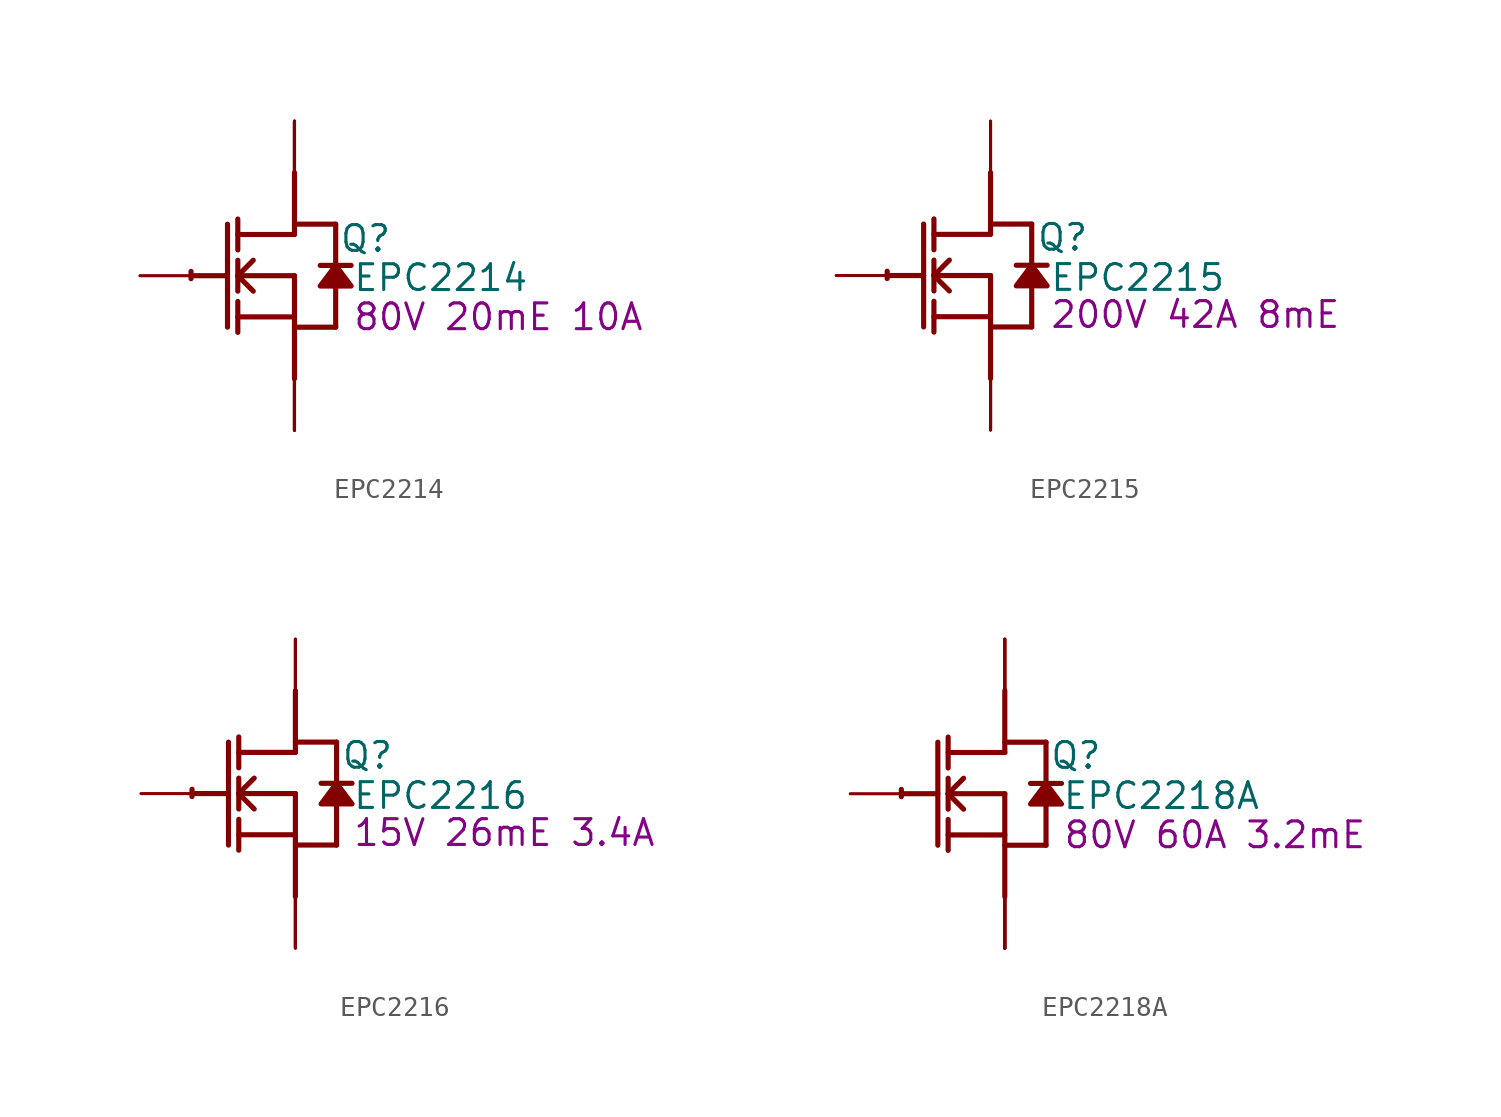
<source format=kicad_sym>
(kicad_symbol_lib
  (version 20220914)
  (generator kicad_symbol_editor)
  (symbol "EPC2214"
    (property "Reference" "Q"
      (at 3.505 1.829 0)
      (effects (font (size 1.27 1.27))))
    (property "Value" "EPC2214"
      (at 7.214 -0.102 0)
      (effects (font (size 1.27 1.27))))
    (property "Description" "80V 20mE 10A"
      (at 10.058 -2.032 0)
      (effects (font (size 1.27 1.27))))
    (symbol "EPC2214_1_0"
      (arc (start -5.0996 0.2128) (mid -5.1039 0.0331) (end -5.1019 -0.1467) (stroke (width 0.254) (type solid)) (fill (type none)))
      (polyline (pts (xy -5.08 0) (xy -3.302 0)) (stroke (width 0.254) (type solid)) (fill (type none)))
      (polyline (pts (xy -3.302 2.54) (xy -3.302 -2.54)) (stroke (width 0.254) (type solid)) (fill (type none)))
      (polyline (pts (xy -2.794 -2.794) (xy -2.794 -1.27)) (stroke (width 0.254) (type solid)) (fill (type none)))
      (polyline (pts (xy -2.794 -2.032) (xy 0 -2.032)) (stroke (width 0.254) (type solid)) (fill (type none)))
      (polyline (pts (xy -2.794 -0.762) (xy -2.794 0.762)) (stroke (width 0.254) (type solid)) (fill (type none)))
      (polyline (pts (xy -2.794 0) (xy -2.032 0.762)) (stroke (width 0.254) (type solid)) (fill (type none)))
      (polyline (pts (xy -2.794 0) (xy 0 0)) (stroke (width 0.254) (type solid)) (fill (type none)))
      (polyline (pts (xy -2.794 1.27) (xy -2.794 2.794)) (stroke (width 0.254) (type solid)) (fill (type none)))
      (polyline (pts (xy -2.032 -0.762) (xy -2.794 0)) (stroke (width 0.254) (type solid)) (fill (type none)))
      (polyline (pts (xy 0 -2.54) (xy 2.032 -2.54)) (stroke (width 0.254) (type solid)) (fill (type none)))
      (polyline (pts (xy 0 0) (xy 0 -5.08)) (stroke (width 0.254) (type solid)) (fill (type none)))
      (polyline (pts (xy 0 2.032) (xy -2.794 2.032)) (stroke (width 0.254) (type solid)) (fill (type none)))
      (polyline (pts (xy 0 2.032) (xy 0 5.08)) (stroke (width 0.254) (type solid)) (fill (type none)))
      (polyline (pts (xy 0 2.54) (xy 2.032 2.54)) (stroke (width 0.254) (type solid)) (fill (type none)))
      (polyline (pts (xy 2.032 -0.508) (xy 2.032 -2.54)) (stroke (width 0.254) (type solid)) (fill (type none)))
      (polyline (pts (xy 2.032 2.54) (xy 2.032 0.508)) (stroke (width 0.254) (type solid)) (fill (type none)))
      (polyline (pts (xy 2.794 0.508) (xy 1.27 0.508)) (stroke (width 0.254) (type solid)) (fill (type none)))
      (polyline (pts (xy 2.032 0.508) (xy 1.27 -0.508) (xy 2.794 -0.508) (xy 2.032 0.508)) (stroke (width 0.254) (type solid)) (fill (type outline)))
      (pin passive line (at -7.62 0 0) (length 2.54) (name "G" (effects (font (size 0 0)))) (number "1" (effects (font (size 0 0)))))
      (pin open_emitter line (at 0 -7.62 90) (length 2.54) (name "S1" (effects (font (size 0 0)))) (number "2" (effects (font (size 0 0)))))
      (pin open_emitter line (at 0 -7.62 90) (length 2.54) (name "S2" (effects (font (size 0 0)))) (number "3" (effects (font (size 0 0)))))
      (pin open_collector line (at 0 7.62 270) (length 2.54) (name "D1" (effects (font (size 0 0)))) (number "4" (effects (font (size 0 0)))))
      (pin open_collector line (at 0 7.62 270) (length 2.54) (name "D2" (effects (font (size 0 0)))) (number "5" (effects (font (size 0 0)))))
      (pin open_collector line (at 0 7.62 270) (length 2.54) (name "D3" (effects (font (size 0 0)))) (number "6" (effects (font (size 0 0)))))
      (pin open_collector line (at 0 7.62 270) (length 2.54) (name "D4" (effects (font (size 0 0)))) (number "7" (effects (font (size 0 0)))))
      (pin open_emitter line (at 0 -7.62 90) (length 2.54) (name "S3" (effects (font (size 0 0)))) (number "8" (effects (font (size 0 0)))))
      (pin open_emitter line (at 0 -7.62 90) (length 2.54) (name "S4" (effects (font (size 0 0)))) (number "9" (effects (font (size 0 0)))))))
  (symbol "EPC2215"
    (property "Reference" "Q"
      (at 3.556 1.88 0)
      (effects (font (size 1.27 1.27))))
    (property "Value" "EPC2215"
      (at 7.264 -0.102 0)
      (effects (font (size 1.27 1.27))))
    (property "Description" "200V 42A 8mE"
      (at 10.109 -1.93 0)
      (effects (font (size 1.27 1.27))))
    (symbol "EPC2215_1_0"
      (arc (start -5.0996 0.2128) (mid -5.1039 0.0331) (end -5.1019 -0.1467) (stroke (width 0.254) (type solid)) (fill (type none)))
      (polyline (pts (xy -5.08 0) (xy -3.302 0)) (stroke (width 0.254) (type solid)) (fill (type none)))
      (polyline (pts (xy -3.302 2.54) (xy -3.302 -2.54)) (stroke (width 0.254) (type solid)) (fill (type none)))
      (polyline (pts (xy -2.794 -2.794) (xy -2.794 -1.27)) (stroke (width 0.254) (type solid)) (fill (type none)))
      (polyline (pts (xy -2.794 -2.032) (xy 0 -2.032)) (stroke (width 0.254) (type solid)) (fill (type none)))
      (polyline (pts (xy -2.794 -0.762) (xy -2.794 0.762)) (stroke (width 0.254) (type solid)) (fill (type none)))
      (polyline (pts (xy -2.794 0) (xy -2.032 0.762)) (stroke (width 0.254) (type solid)) (fill (type none)))
      (polyline (pts (xy -2.794 0) (xy 0 0)) (stroke (width 0.254) (type solid)) (fill (type none)))
      (polyline (pts (xy -2.794 1.27) (xy -2.794 2.794)) (stroke (width 0.254) (type solid)) (fill (type none)))
      (polyline (pts (xy -2.032 -0.762) (xy -2.794 0)) (stroke (width 0.254) (type solid)) (fill (type none)))
      (polyline (pts (xy 0 -2.54) (xy 2.032 -2.54)) (stroke (width 0.254) (type solid)) (fill (type none)))
      (polyline (pts (xy 0 0) (xy 0 -5.08)) (stroke (width 0.254) (type solid)) (fill (type none)))
      (polyline (pts (xy 0 2.032) (xy -2.794 2.032)) (stroke (width 0.254) (type solid)) (fill (type none)))
      (polyline (pts (xy 0 2.032) (xy 0 5.08)) (stroke (width 0.254) (type solid)) (fill (type none)))
      (polyline (pts (xy 0 2.54) (xy 2.032 2.54)) (stroke (width 0.254) (type solid)) (fill (type none)))
      (polyline (pts (xy 2.032 -0.508) (xy 2.032 -2.54)) (stroke (width 0.254) (type solid)) (fill (type none)))
      (polyline (pts (xy 2.032 2.54) (xy 2.032 0.508)) (stroke (width 0.254) (type solid)) (fill (type none)))
      (polyline (pts (xy 2.794 0.508) (xy 1.27 0.508)) (stroke (width 0.254) (type solid)) (fill (type none)))
      (polyline (pts (xy 2.032 0.508) (xy 1.27 -0.508) (xy 2.794 -0.508) (xy 2.032 0.508)) (stroke (width 0.254) (type solid)) (fill (type outline)))
      (pin passive line (at -7.62 0 0) (length 2.54) (name "G" (effects (font (size 0 0)))) (number "1" (effects (font (size 0 0)))))
      (pin passive line (at 0 -7.62 90) (length 2.54) (name "S" (effects (font (size 0 0)))) (number "2" (effects (font (size 0 0)))))
      (pin passive line (at 0 7.62 270) (length 2.54) (name "D" (effects (font (size 0 0)))) (number "3" (effects (font (size 0 0)))))
      (pin passive line (at 0 -7.62 90) (length 2.54) (name "S" (effects (font (size 0 0)))) (number "4" (effects (font (size 0 0)))))
      (pin passive line (at 0 7.62 270) (length 2.54) (name "D" (effects (font (size 0 0)))) (number "5" (effects (font (size 0 0)))))
      (pin passive line (at 0 -7.62 90) (length 2.54) (name "S" (effects (font (size 0 0)))) (number "6" (effects (font (size 0 0)))))))
  (symbol "EPC2216"
    (property "Reference" "Q"
      (at 3.556 1.88 0)
      (effects (font (size 1.27 1.27))))
    (property "Value" "EPC2216"
      (at 7.163 -0.102 0)
      (effects (font (size 1.27 1.27))))
    (property "Description" "15V 26mE 3.4A"
      (at 10.312 -1.93 0)
      (effects (font (size 1.27 1.27))))
    (symbol "EPC2216_1_0"
      (arc (start -5.0996 0.2128) (mid -5.1039 0.0331) (end -5.1019 -0.1467) (stroke (width 0.254) (type solid)) (fill (type none)))
      (polyline (pts (xy -5.08 0) (xy -3.302 0)) (stroke (width 0.254) (type solid)) (fill (type none)))
      (polyline (pts (xy -3.302 2.54) (xy -3.302 -2.54)) (stroke (width 0.254) (type solid)) (fill (type none)))
      (polyline (pts (xy -2.794 -2.794) (xy -2.794 -1.27)) (stroke (width 0.254) (type solid)) (fill (type none)))
      (polyline (pts (xy -2.794 -2.032) (xy 0 -2.032)) (stroke (width 0.254) (type solid)) (fill (type none)))
      (polyline (pts (xy -2.794 -0.762) (xy -2.794 0.762)) (stroke (width 0.254) (type solid)) (fill (type none)))
      (polyline (pts (xy -2.794 0) (xy -2.032 0.762)) (stroke (width 0.254) (type solid)) (fill (type none)))
      (polyline (pts (xy -2.794 0) (xy 0 0)) (stroke (width 0.254) (type solid)) (fill (type none)))
      (polyline (pts (xy -2.794 1.27) (xy -2.794 2.794)) (stroke (width 0.254) (type solid)) (fill (type none)))
      (polyline (pts (xy -2.032 -0.762) (xy -2.794 0)) (stroke (width 0.254) (type solid)) (fill (type none)))
      (polyline (pts (xy 0 -2.54) (xy 2.032 -2.54)) (stroke (width 0.254) (type solid)) (fill (type none)))
      (polyline (pts (xy 0 0) (xy 0 -5.08)) (stroke (width 0.254) (type solid)) (fill (type none)))
      (polyline (pts (xy 0 2.032) (xy -2.794 2.032)) (stroke (width 0.254) (type solid)) (fill (type none)))
      (polyline (pts (xy 0 2.032) (xy 0 5.08)) (stroke (width 0.254) (type solid)) (fill (type none)))
      (polyline (pts (xy 0 2.54) (xy 2.032 2.54)) (stroke (width 0.254) (type solid)) (fill (type none)))
      (polyline (pts (xy 2.032 -0.508) (xy 2.032 -2.54)) (stroke (width 0.254) (type solid)) (fill (type none)))
      (polyline (pts (xy 2.032 2.54) (xy 2.032 0.508)) (stroke (width 0.254) (type solid)) (fill (type none)))
      (polyline (pts (xy 2.794 0.508) (xy 1.27 0.508)) (stroke (width 0.254) (type solid)) (fill (type none)))
      (polyline (pts (xy 2.032 0.508) (xy 1.27 -0.508) (xy 2.794 -0.508) (xy 2.032 0.508)) (stroke (width 0.254) (type solid)) (fill (type outline)))
      (pin passive line (at -7.62 0 0) (length 2.54) (name "G" (effects (font (size 0 0)))) (number "1" (effects (font (size 0 0)))))
      (pin open_collector line (at 0 7.62 270) (length 2.54) (name "D1" (effects (font (size 0 0)))) (number "2" (effects (font (size 0 0)))))
      (pin open_emitter line (at 0 -7.62 90) (length 2.54) (name "S1" (effects (font (size 0 0)))) (number "3" (effects (font (size 0 0)))))
      (pin open_emitter line (at 0 -7.62 90) (length 2.54) (name "S2" (effects (font (size 0 0)))) (number "4" (effects (font (size 0 0)))))
      (pin open_collector line (at 0 7.62 270) (length 2.54) (name "D2" (effects (font (size 0 0)))) (number "5" (effects (font (size 0 0)))))
      (pin open_emitter line (at 0 -7.62 90) (length 2.54) (name "S3" (effects (font (size 0 0)))) (number "6" (effects (font (size 0 0)))))))
  (symbol "EPC2218A"
    (property "Reference" "Q"
      (at 3.505 1.88 0)
      (effects (font (size 1.27 1.27))))
    (property "Value" "EPC2218A"
      (at 7.722 -0.102 0)
      (effects (font (size 1.27 1.27))))
    (property "Description" "80V 60A 3.2mE"
      (at 10.363 -2.032 0)
      (effects (font (size 1.27 1.27))))
    (symbol "EPC2218A_1_0"
      (arc (start -5.0996 0.2128) (mid -5.1039 0.0331) (end -5.1019 -0.1467) (stroke (width 0.254) (type solid)) (fill (type none)))
      (polyline (pts (xy -5.08 0) (xy -3.302 0)) (stroke (width 0.254) (type solid)) (fill (type none)))
      (polyline (pts (xy -3.302 2.54) (xy -3.302 -2.54)) (stroke (width 0.254) (type solid)) (fill (type none)))
      (polyline (pts (xy -2.794 -2.794) (xy -2.794 -1.27)) (stroke (width 0.254) (type solid)) (fill (type none)))
      (polyline (pts (xy -2.794 -2.032) (xy 0 -2.032)) (stroke (width 0.254) (type solid)) (fill (type none)))
      (polyline (pts (xy -2.794 -0.762) (xy -2.794 0.762)) (stroke (width 0.254) (type solid)) (fill (type none)))
      (polyline (pts (xy -2.794 0) (xy -2.032 0.762)) (stroke (width 0.254) (type solid)) (fill (type none)))
      (polyline (pts (xy -2.794 0) (xy 0 0)) (stroke (width 0.254) (type solid)) (fill (type none)))
      (polyline (pts (xy -2.794 1.27) (xy -2.794 2.794)) (stroke (width 0.254) (type solid)) (fill (type none)))
      (polyline (pts (xy -2.032 -0.762) (xy -2.794 0)) (stroke (width 0.254) (type solid)) (fill (type none)))
      (polyline (pts (xy 0 -2.54) (xy 2.032 -2.54)) (stroke (width 0.254) (type solid)) (fill (type none)))
      (polyline (pts (xy 0 0) (xy 0 -5.08)) (stroke (width 0.254) (type solid)) (fill (type none)))
      (polyline (pts (xy 0 2.032) (xy -2.794 2.032)) (stroke (width 0.254) (type solid)) (fill (type none)))
      (polyline (pts (xy 0 2.032) (xy 0 5.08)) (stroke (width 0.254) (type solid)) (fill (type none)))
      (polyline (pts (xy 0 2.54) (xy 2.032 2.54)) (stroke (width 0.254) (type solid)) (fill (type none)))
      (polyline (pts (xy 2.032 -0.508) (xy 2.032 -2.54)) (stroke (width 0.254) (type solid)) (fill (type none)))
      (polyline (pts (xy 2.032 2.54) (xy 2.032 0.508)) (stroke (width 0.254) (type solid)) (fill (type none)))
      (polyline (pts (xy 2.794 0.508) (xy 1.27 0.508)) (stroke (width 0.254) (type solid)) (fill (type none)))
      (polyline (pts (xy 2.032 0.508) (xy 1.27 -0.508) (xy 2.794 -0.508) (xy 2.032 0.508)) (stroke (width 0.254) (type solid)) (fill (type outline)))
      (pin passive line (at -7.62 0 0) (length 2.54) (name "G" (effects (font (size 0 0)))) (number "1" (effects (font (size 0 0)))))
      (pin passive line (at 0 -7.62 90) (length 2.54) (name "S" (effects (font (size 0 0)))) (number "2" (effects (font (size 0 0)))))
      (pin passive line (at 0 7.62 270) (length 2.54) (name "D" (effects (font (size 0 0)))) (number "3" (effects (font (size 0 0)))))
      (pin passive line (at 0 -7.62 90) (length 2.54) (name "S" (effects (font (size 0 0)))) (number "4" (effects (font (size 0 0)))))
      (pin passive line (at 0 7.62 270) (length 2.54) (name "D" (effects (font (size 0 0)))) (number "5" (effects (font (size 0 0)))))
      (pin passive line (at 0 -7.62 90) (length 2.54) (name "S" (effects (font (size 0 0)))) (number "6" (effects (font (size 0 0)))))
      (pin passive line (at 0 7.62 270) (length 2.54) (name "D" (effects (font (size 0 0)))) (number "7" (effects (font (size 0 0)))))
      (pin passive line (at 0 -7.62 90) (length 2.54) (name "S" (effects (font (size 0 0)))) (number "8" (effects (font (size 0 0))))))))
</source>
